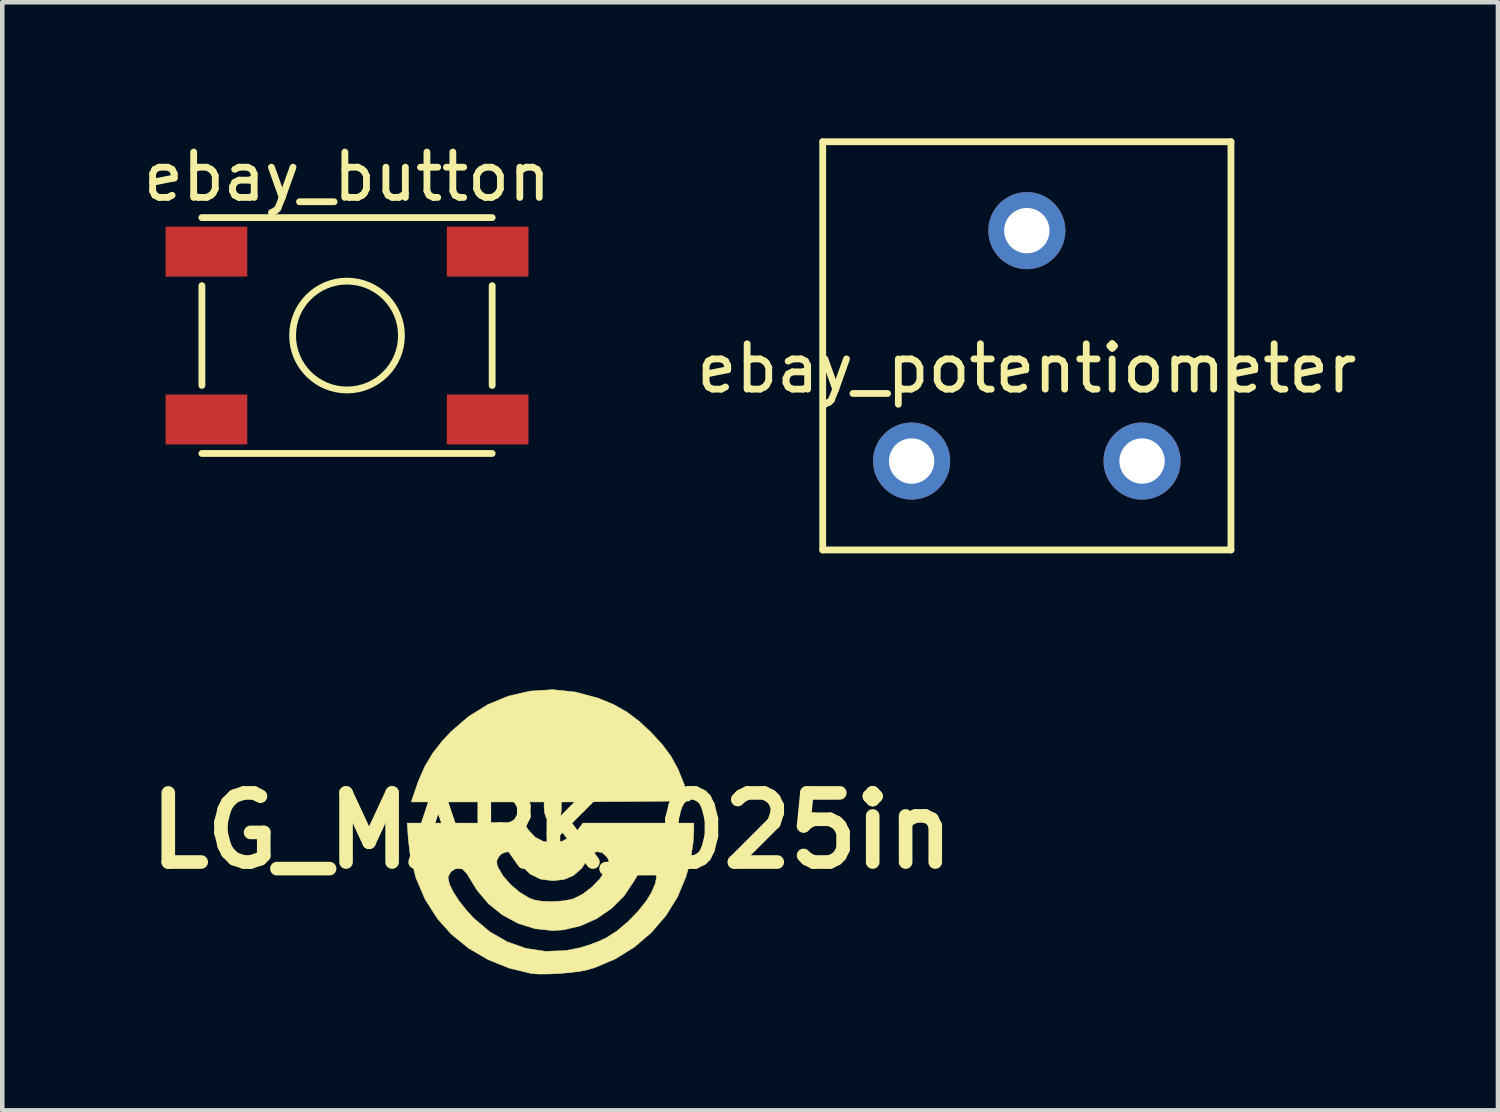
<source format=kicad_pcb>
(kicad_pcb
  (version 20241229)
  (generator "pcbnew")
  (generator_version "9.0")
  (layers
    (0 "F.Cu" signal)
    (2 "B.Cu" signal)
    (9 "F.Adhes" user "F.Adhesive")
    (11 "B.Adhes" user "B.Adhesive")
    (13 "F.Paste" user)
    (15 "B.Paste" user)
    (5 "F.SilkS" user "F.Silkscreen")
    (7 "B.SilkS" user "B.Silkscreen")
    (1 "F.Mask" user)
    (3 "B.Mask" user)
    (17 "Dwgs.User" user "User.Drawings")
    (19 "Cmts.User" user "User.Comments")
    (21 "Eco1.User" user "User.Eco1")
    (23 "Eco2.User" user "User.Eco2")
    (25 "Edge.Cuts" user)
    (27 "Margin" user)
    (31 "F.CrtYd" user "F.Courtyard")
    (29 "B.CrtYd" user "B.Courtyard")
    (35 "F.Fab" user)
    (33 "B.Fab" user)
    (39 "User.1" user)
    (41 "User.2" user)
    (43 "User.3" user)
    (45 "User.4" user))
  (footprint "LG_MARK_025in"
    (layer "F.Cu")
    (at 9.115 15.266)
    (property "Reference" "LG_MARK_025in" (at 0 0 0) (layer "F.SilkS") (effects (font (size 1.524 1.524) (thickness 0.3))))
    (attr through_hole)
    (fp_poly (pts (xy 0.517 -3.06) (xy 1.016 -2.926) (xy 1.017 -2.926) (xy 1.357 -2.787) (xy 1.653 -2.62) (xy 1.933 -2.409) (xy 2.179 -2.179) (xy 2.434 -1.904) (xy 2.63 -1.639) (xy 2.785 -1.355) (xy 2.918 -1.025) (xy 2.924 -1.007) (xy 3.046 -0.656) (xy 0.212 -0.634) (xy 0.212 -0.474) (xy 0.199 -0.355) (xy 0.168 -0.271) (xy 0.161 -0.262) (xy 0.066 -0.216) (xy -0.042 -0.226) (xy -0.122 -0.287) (xy -0.126 -0.294) (xy -0.158 -0.396) (xy -0.169 -0.505) (xy -0.169 -0.635) (xy -3.096 -0.635) (xy -3.067 -0.73) (xy -2.936 -1.109) (xy -2.794 -1.427) (xy -2.627 -1.707) (xy -2.421 -1.971) (xy -2.223 -2.184) (xy -1.832 -2.521) (xy -1.406 -2.784) (xy -0.95 -2.971) (xy -0.473 -3.08) (xy 0.019 -3.111) (xy 0.517 -3.06)) (stroke (width 0.01) (type solid)) (fill yes) (layer "F.SilkS"))
    (fp_poly (pts (xy 3.132 0.011) (xy 3.116 0.265) (xy 3.07 0.561) (xy 3.003 0.859) (xy 2.957 1.016) (xy 2.771 1.462) (xy 2.514 1.875) (xy 2.194 2.246) (xy 1.82 2.565) (xy 1.403 2.825) (xy 0.951 3.017) (xy 0.783 3.067) (xy 0.62 3.099) (xy 0.405 3.126) (xy 0.165 3.147) (xy -0.074 3.158) (xy -0.284 3.159) (xy -0.438 3.149) (xy -0.445 3.148) (xy -0.938 3.029) (xy -1.405 2.841) (xy -1.835 2.589) (xy -2.214 2.281) (xy -2.518 1.942) (xy -2.795 1.507) (xy -2.993 1.044) (xy -2.286 1.044) (xy -2.255 1.18) (xy -2.169 1.356) (xy -2.037 1.557) (xy -1.868 1.768) (xy -1.717 1.931) (xy -1.367 2.227) (xy -0.982 2.448) (xy -0.57 2.593) (xy -0.139 2.658) (xy 0.304 2.642) (xy 0.61 2.583) (xy 0.814 2.521) (xy 1.028 2.441) (xy 1.199 2.362) (xy 1.432 2.213) (xy 1.673 2.011) (xy 1.899 1.78) (xy 2.088 1.541) (xy 2.199 1.36) (xy 2.284 1.161) (xy 2.31 1.014) (xy 2.276 0.909) (xy 2.199 0.846) (xy 2.096 0.817) (xy 2 0.852) (xy 1.903 0.959) (xy 1.811 1.113) (xy 1.594 1.436) (xy 1.317 1.713) (xy 0.992 1.936) (xy 0.635 2.096) (xy 0.258 2.185) (xy 0.021 2.201) (xy -0.366 2.16) (xy -0.74 2.043) (xy -1.088 1.856) (xy -1.396 1.608) (xy -1.651 1.307) (xy -1.767 1.116) (xy -1.87 0.948) (xy -1.96 0.852) (xy -1.999 0.832) (xy -2.121 0.837) (xy -2.225 0.903) (xy -2.282 1.007) (xy -2.286 1.044) (xy -2.993 1.044) (xy -2.997 1.034) (xy -3.09 0.658) (xy -1.212 0.658) (xy -1.208 0.739) (xy -1.181 0.815) (xy -1.071 1.001) (xy -0.905 1.189) (xy -0.707 1.356) (xy -0.501 1.481) (xy -0.391 1.524) (xy -0.224 1.553) (xy -0.01 1.561) (xy 0.213 1.549) (xy 0.409 1.518) (xy 0.479 1.499) (xy 0.675 1.401) (xy 0.877 1.248) (xy 1.057 1.063) (xy 1.186 0.875) (xy 1.243 0.761) (xy 1.262 0.689) (xy 1.245 0.629) (xy 1.214 0.576) (xy 1.111 0.482) (xy 0.992 0.461) (xy 0.879 0.514) (xy 0.813 0.597) (xy 0.657 0.83) (xy 0.48 0.986) (xy 0.272 1.074) (xy 0.021 1.101) (xy -0.249 1.065) (xy -0.475 0.956) (xy -0.659 0.775) (xy -0.677 0.75) (xy -0.778 0.61) (xy -0.847 0.525) (xy -0.9 0.482) (xy -0.953 0.467) (xy -0.996 0.466) (xy -1.105 0.505) (xy -1.168 0.572) (xy -1.212 0.658) (xy -3.09 0.658) (xy -3.123 0.525) (xy -3.163 0.186) (xy -3.188 -0.169) (xy -1.901 -0.169) (xy -0.614 -0.168) (xy -0.519 -0.022) (xy -0.369 0.141) (xy -0.183 0.237) (xy 0.023 0.266) (xy 0.232 0.23) (xy 0.426 0.126) (xy 0.574 -0.021) (xy 0.687 -0.169) (xy 3.133 -0.169) (xy 3.132 0.011)) (stroke (width 0.01) (type solid)) (fill yes) (layer "F.SilkS")))
  (footprint "ebay_potentiometer"
    (layer "F.Cu")
    (at 19.589 4.575)
    (property "Reference" "ebay_potentiometer" (at 0 0.5 0) (layer "F.SilkS") (effects (font (size 1 1) (thickness 0.15))))
    (attr through_hole)
    (fp_line (start -4.5 -4.5) (end 4.5 -4.5) (stroke (width 0.15) (type solid)) (layer "F.SilkS"))
    (fp_line (start -4.5 4.5) (end -4.5 -4.5) (stroke (width 0.15) (type solid)) (layer "F.SilkS"))
    (fp_line (start 4.5 -4.5) (end 4.5 4.5) (stroke (width 0.15) (type solid)) (layer "F.SilkS"))
    (fp_line (start 4.5 4.5) (end -4.5 4.5) (stroke (width 0.15) (type solid)) (layer "F.SilkS"))
    (pad "1" thru_hole circle (at -2.54 2.54) (size 1.7 1.7) (drill 1) (layers "*.Cu" "*.Mask"))
    (pad "2" thru_hole circle (at 0 -2.54) (size 1.7 1.7) (drill 1) (layers "*.Cu" "*.Mask"))
    (pad "3" thru_hole circle (at 2.54 2.54) (size 1.7 1.7) (drill 1) (layers "*.Cu" "*.Mask")))
  (footprint "ebay_button"
    (layer "F.Cu")
    (at 4.601 4.348)
    (property "Reference" "ebay_button" (at 0 -3.5 0) (layer "F.SilkS") (effects (font (size 1 1) (thickness 0.15))))
    (attr through_hole)
    (fp_line (start -3.2 -1.1) (end -3.2 1.1) (stroke (width 0.15) (type solid)) (layer "F.SilkS"))
    (fp_line (start -3.2 2.6) (end 3.2 2.6) (stroke (width 0.15) (type solid)) (layer "F.SilkS"))
    (fp_line (start 3.2 -2.6) (end -3.2 -2.6) (stroke (width 0.15) (type solid)) (layer "F.SilkS"))
    (fp_line (start 3.2 -1.1) (end 3.2 1.1) (stroke (width 0.15) (type solid)) (layer "F.SilkS"))
    (fp_circle (center 0 0) (end 0 1.2) (stroke (width 0.15) (type solid)) (fill no) (layer "F.SilkS"))
    (pad "1" smd rect (at -3.1 -1.85) (size 1.8 1.1) (layers "F.Cu" "F.Mask" "F.Paste"))
    (pad "2" smd rect (at -3.1 1.85) (size 1.8 1.1) (layers "F.Cu" "F.Mask" "F.Paste"))
    (pad "3" smd rect (at 3.1 -1.85) (size 1.8 1.1) (layers "F.Cu" "F.Mask" "F.Paste"))
    (pad "4" smd rect (at 3.1 1.85) (size 1.8 1.1) (layers "F.Cu" "F.Mask" "F.Paste")))
  (gr_rect
    (start -3 -3)
    (end 29.976 21.43)
    (stroke (width 0.1) (type default))
    (fill no)
    (layer "Edge.Cuts")))
</source>
